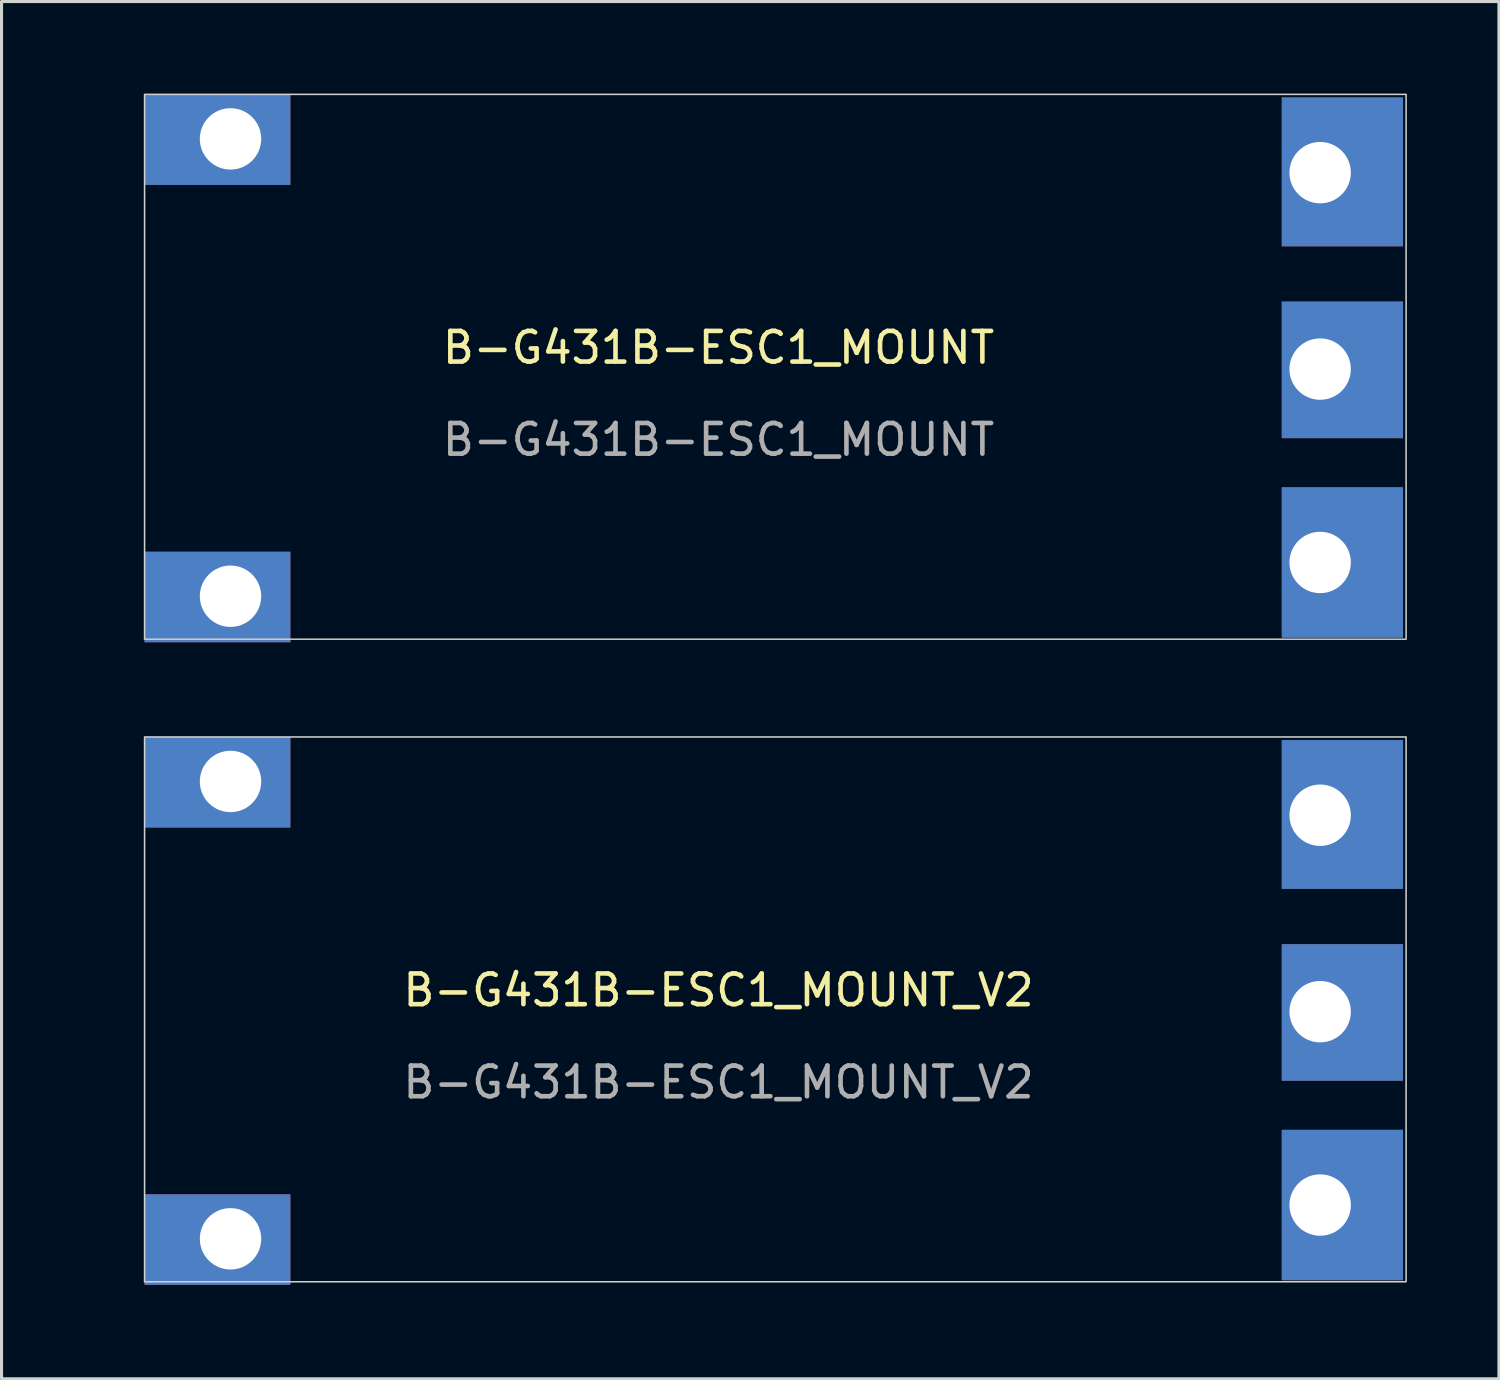
<source format=kicad_pcb>
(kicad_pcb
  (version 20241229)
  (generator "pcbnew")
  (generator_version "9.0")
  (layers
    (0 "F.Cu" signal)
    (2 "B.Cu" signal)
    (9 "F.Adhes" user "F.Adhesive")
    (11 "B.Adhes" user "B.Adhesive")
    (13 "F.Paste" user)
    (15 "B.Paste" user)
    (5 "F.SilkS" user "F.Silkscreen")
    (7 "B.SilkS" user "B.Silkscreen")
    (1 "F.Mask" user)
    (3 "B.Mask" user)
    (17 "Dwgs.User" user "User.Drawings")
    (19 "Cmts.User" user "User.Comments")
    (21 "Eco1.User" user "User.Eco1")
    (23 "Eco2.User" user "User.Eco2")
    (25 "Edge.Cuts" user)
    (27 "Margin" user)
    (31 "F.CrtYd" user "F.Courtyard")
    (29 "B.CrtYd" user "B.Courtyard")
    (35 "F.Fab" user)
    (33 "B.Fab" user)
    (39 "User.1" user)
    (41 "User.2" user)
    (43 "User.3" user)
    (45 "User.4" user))
  (footprint "B-G431B-ESC1_MOUNT_V2"
    (layer "F.Cu")
    (at 20.36 29.71)
    (property "Reference" "B-G431B-ESC1_MOUNT_V2" (at 0 -0.5 0) (unlocked yes) (layer "F.SilkS") (effects (font (size 1 1) (thickness 0.15))))
    (fp_rect (start -18.7 -8.75) (end 22.4 9) (stroke (width 0.05) (type default)) (fill no) (layer "Edge.Cuts"))
    (fp_rect (start -18.2 -4.985) (end -16.6 -3.715) (stroke (width 0.12) (type default)) (fill no) (layer "User.1"))
    (fp_rect (start -18.2 -3) (end -16.6 -1.73) (stroke (width 0.12) (type default)) (fill no) (layer "User.1"))
    (fp_rect (start -18.2 -1.045) (end -16.6 0.225) (stroke (width 0.12) (type default)) (fill no) (layer "User.1"))
    (fp_rect (start -18.2 0.925) (end -16.6 2.195) (stroke (width 0.12) (type default)) (fill no) (layer "User.1"))
    (fp_rect (start -18.2 2.895) (end -16.6 4.165) (stroke (width 0.12) (type default)) (fill no) (layer "User.1"))
    (fp_line (start -20.3 -8.7) (end 20.7 -8.7) (stroke (width 0.12) (type default)) (layer "User.2"))
    (fp_line (start -20.3 9.1) (end -20.3 -8.7) (stroke (width 0.12) (type default)) (layer "User.2"))
    (fp_line (start 18.2 -3.7) (end 18.2 -2.1) (stroke (width 0.12) (type default)) (layer "User.2"))
    (fp_line (start 18.2 -2.1) (end 20.7 -2.1) (stroke (width 0.12) (type default)) (layer "User.2"))
    (fp_line (start 18.2 2.5) (end 18.2 4.1) (stroke (width 0.12) (type default)) (layer "User.2"))
    (fp_line (start 18.2 4.1) (end 20.7 4.1) (stroke (width 0.12) (type default)) (layer "User.2"))
    (fp_line (start 20.7 -8.7) (end 20.7 -3.7) (stroke (width 0.12) (type default)) (layer "User.2"))
    (fp_line (start 20.7 -3.7) (end 18.2 -3.7) (stroke (width 0.12) (type default)) (layer "User.2"))
    (fp_line (start 20.7 -2.1) (end 20.7 2.5) (stroke (width 0.12) (type default)) (layer "User.2"))
    (fp_line (start 20.7 2.5) (end 18.2 2.5) (stroke (width 0.12) (type default)) (layer "User.2"))
    (fp_line (start 20.7 4.1) (end 20.7 9) (stroke (width 0.12) (type default)) (layer "User.2"))
    (fp_line (start 20.7 9) (end -20.3 9.1) (stroke (width 0.12) (type default)) (layer "User.2"))
    (fp_text user "${REFERENCE}" (at 0 2.5 0) (unlocked yes) (layer "F.Fab") (effects (font (size 1 1) (thickness 0.15))))
    (pad "1" thru_hole rect (at -15.9 -7.3) (size 4.75 2.95) (drill 2 (offset -0.425 0.025)) (layers "*.Cu" "*.Mask"))
    (pad "2" thru_hole rect (at -15.9 7.6) (size 4.75 2.95) (drill 2 (offset -0.425 0.025)) (layers "*.Cu" "*.Mask"))
    (pad "3" thru_hole rect (at 19.6 6.5) (size 3.95 4.9) (drill 2 (offset 0.725 0)) (layers "*.Cu" "*.Mask"))
    (pad "4" thru_hole rect (at 19.6 0.2) (size 3.95 4.45) (drill 2 (offset 0.725 0.025)) (layers "*.Cu" "*.Mask"))
    (pad "5" thru_hole rect (at 19.6 -6.2) (size 3.95 4.85) (drill 2 (offset 0.725 -0.025)) (layers "*.Cu" "*.Mask")))
  (footprint "B-G431B-ESC1_MOUNT"
    (layer "F.Cu")
    (at 20.36 8.775)
    (property "Reference" "B-G431B-ESC1_MOUNT" (at 0 -0.5 0) (unlocked yes) (layer "F.SilkS") (effects (font (size 1 1) (thickness 0.15))))
    (fp_rect (start -18.7 -8.75) (end 22.4 9) (stroke (width 0.05) (type default)) (fill no) (layer "Edge.Cuts"))
    (fp_rect (start -18.2 -4.985) (end -16.6 -3.715) (stroke (width 0.12) (type default)) (fill no) (layer "User.1"))
    (fp_rect (start -18.2 -3) (end -16.6 -1.73) (stroke (width 0.12) (type default)) (fill no) (layer "User.1"))
    (fp_rect (start -18.2 -1.045) (end -16.6 0.225) (stroke (width 0.12) (type default)) (fill no) (layer "User.1"))
    (fp_rect (start -18.2 0.925) (end -16.6 2.195) (stroke (width 0.12) (type default)) (fill no) (layer "User.1"))
    (fp_rect (start -18.2 2.895) (end -16.6 4.165) (stroke (width 0.12) (type default)) (fill no) (layer "User.1"))
    (fp_line (start -20.3 -8.7) (end 20.7 -8.7) (stroke (width 0.12) (type default)) (layer "User.2"))
    (fp_line (start -20.3 9.1) (end -20.3 -8.7) (stroke (width 0.12) (type default)) (layer "User.2"))
    (fp_line (start 18.2 -3.7) (end 18.2 -2.1) (stroke (width 0.12) (type default)) (layer "User.2"))
    (fp_line (start 18.2 -2.1) (end 20.7 -2.1) (stroke (width 0.12) (type default)) (layer "User.2"))
    (fp_line (start 18.2 2.5) (end 18.2 4.1) (stroke (width 0.12) (type default)) (layer "User.2"))
    (fp_line (start 18.2 4.1) (end 20.7 4.1) (stroke (width 0.12) (type default)) (layer "User.2"))
    (fp_line (start 20.7 -8.7) (end 20.7 -3.7) (stroke (width 0.12) (type default)) (layer "User.2"))
    (fp_line (start 20.7 -3.7) (end 18.2 -3.7) (stroke (width 0.12) (type default)) (layer "User.2"))
    (fp_line (start 20.7 -2.1) (end 20.7 2.5) (stroke (width 0.12) (type default)) (layer "User.2"))
    (fp_line (start 20.7 2.5) (end 18.2 2.5) (stroke (width 0.12) (type default)) (layer "User.2"))
    (fp_line (start 20.7 4.1) (end 20.7 9) (stroke (width 0.12) (type default)) (layer "User.2"))
    (fp_line (start 20.7 9) (end -20.3 9.1) (stroke (width 0.12) (type default)) (layer "User.2"))
    (fp_text user "${REFERENCE}" (at 0 2.5 0) (unlocked yes) (layer "F.Fab") (effects (font (size 1 1) (thickness 0.15))))
    (pad "1" thru_hole rect (at -15.9 -7.3) (size 4.75 2.95) (drill 2 (offset -0.425 0.025)) (layers "*.Cu" "*.Mask"))
    (pad "2" thru_hole rect (at -15.9 7.6) (size 4.75 2.95) (drill 2 (offset -0.425 0.025)) (layers "*.Cu" "*.Mask"))
    (pad "3" thru_hole rect (at 19.6 6.5) (size 3.95 4.9) (drill 2 (offset 0.725 0)) (layers "*.Cu" "*.Mask"))
    (pad "4" thru_hole rect (at 19.6 0.2) (size 3.95 4.45) (drill 2 (offset 0.725 0.025)) (layers "*.Cu" "*.Mask"))
    (pad "5" thru_hole rect (at 19.6 -6.2) (size 3.95 4.85) (drill 2 (offset 0.725 -0.025)) (layers "*.Cu" "*.Mask")))
  (gr_rect
    (start -3 -3)
    (end 45.785 41.87)
    (stroke (width 0.1) (type default))
    (fill no)
    (layer "Edge.Cuts")))
</source>
